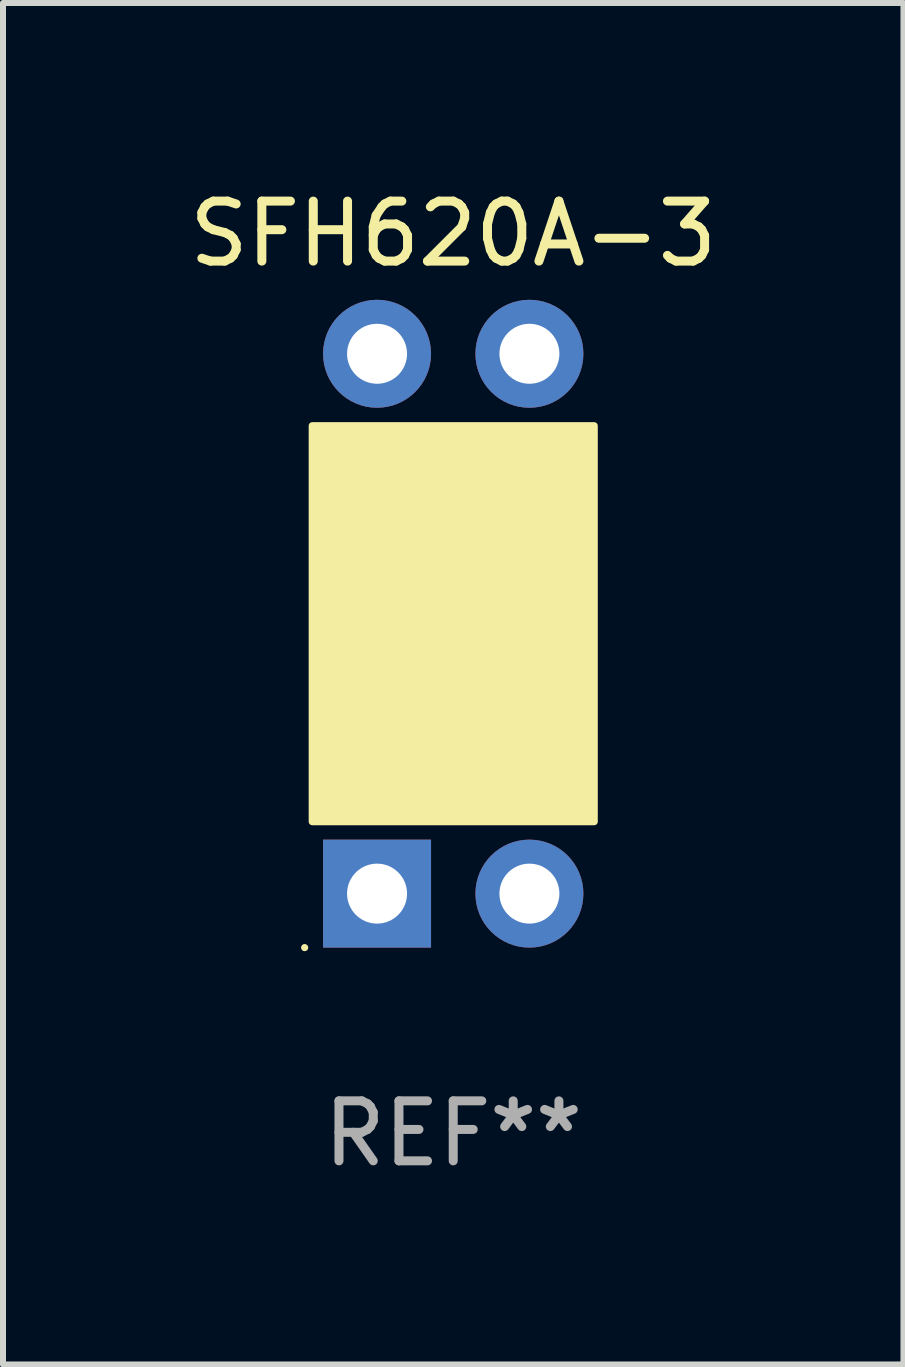
<source format=kicad_pcb>
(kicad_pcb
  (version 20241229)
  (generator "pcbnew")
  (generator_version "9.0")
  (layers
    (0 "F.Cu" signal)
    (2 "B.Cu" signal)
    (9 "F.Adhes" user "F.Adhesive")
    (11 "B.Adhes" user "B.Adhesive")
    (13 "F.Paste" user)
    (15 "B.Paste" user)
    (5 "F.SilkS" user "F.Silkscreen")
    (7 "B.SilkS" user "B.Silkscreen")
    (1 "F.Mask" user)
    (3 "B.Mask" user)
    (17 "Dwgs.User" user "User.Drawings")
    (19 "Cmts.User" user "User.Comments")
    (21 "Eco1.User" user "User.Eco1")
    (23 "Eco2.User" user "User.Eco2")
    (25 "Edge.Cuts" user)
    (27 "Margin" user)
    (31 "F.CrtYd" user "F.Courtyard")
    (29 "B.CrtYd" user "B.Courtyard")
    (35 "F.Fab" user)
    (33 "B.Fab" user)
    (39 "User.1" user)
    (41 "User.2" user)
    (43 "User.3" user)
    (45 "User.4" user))
  (footprint "SFH620A-3"
    (layer "F.Cu")
    (at 4.506 7.348)
    (property "Reference" "SFH620A-3" (at 0 -6.5 0) (layer "F.SilkS") (effects (font (size 1 1) (thickness 0.15))))
    (attr through_hole)
    (fp_circle (center -2.477 5.4) (end -2.447 5.4) (stroke (width 0.06) (type solid)) (fill no) (layer "F.SilkS"))
    (fp_circle (center -1.798 2.727) (end -1.586 2.727) (stroke (width 0.254) (type solid)) (fill no) (layer "F.SilkS"))
    (fp_poly (pts (xy -2.35 -3.3) (xy 2.35 -3.3) (xy 2.35 3.3) (xy -2.35 3.3)) (stroke (width 0.12) (type solid)) (fill yes) (layer "F.SilkS"))
    (fp_text user "REF**" (at 0 8.5 0) (layer "F.Fab") (effects (font (size 1 1) (thickness 0.15))))
    (pad "1" thru_hole rect (at -1.27 4.5 90) (size 1.8 1.8) (drill 1) (layers "*.Cu" "*.Mask"))
    (pad "2" thru_hole circle (at 1.27 4.5) (size 1.8 1.8) (drill 1) (layers "*.Cu" "*.Mask"))
    (pad "3" thru_hole circle (at 1.27 -4.5) (size 1.8 1.8) (drill 1) (layers "*.Cu" "*.Mask"))
    (pad "4" thru_hole circle (at -1.27 -4.5) (size 1.8 1.8) (drill 1) (layers "*.Cu" "*.Mask")))
  (gr_rect
    (start -3 -3)
    (end 12.012 19.697)
    (stroke (width 0.1) (type default))
    (fill no)
    (layer "Edge.Cuts")))
</source>
